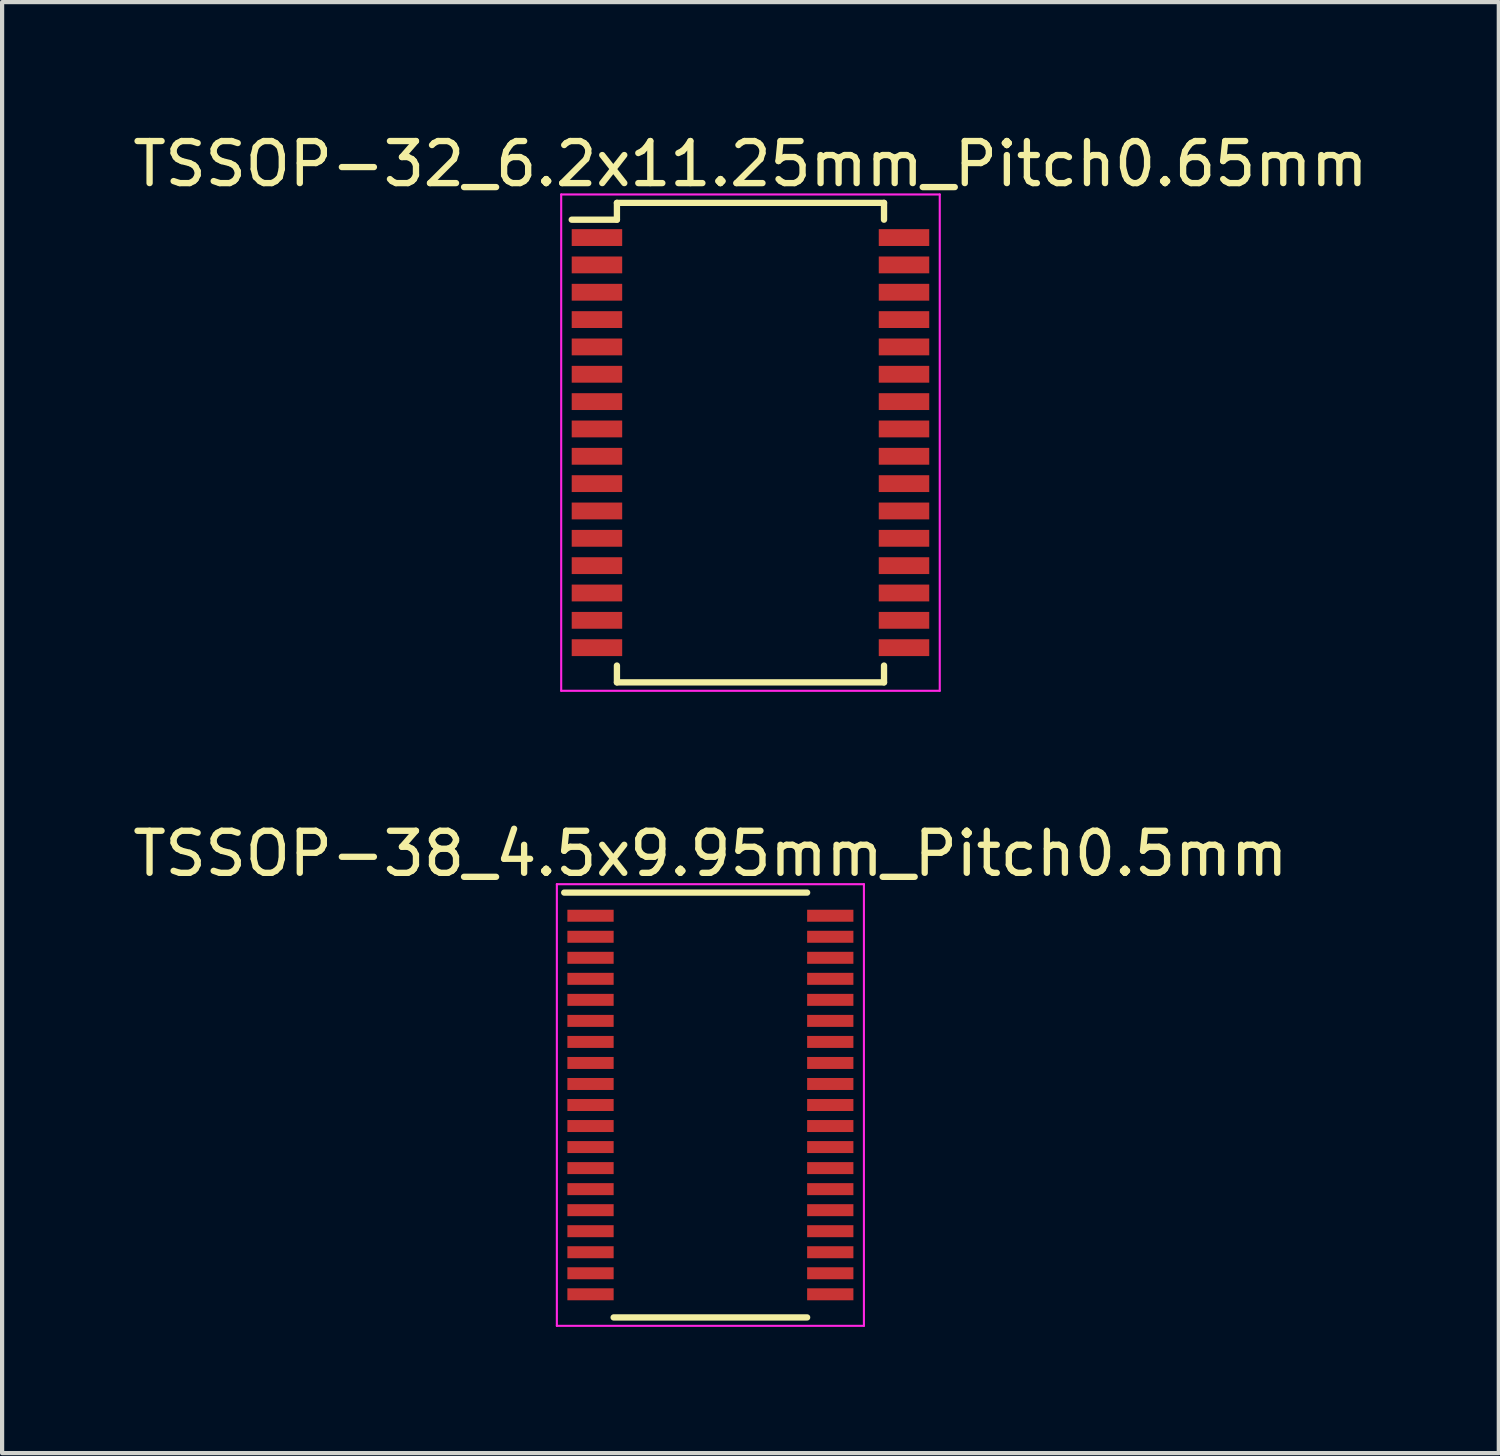
<source format=kicad_pcb>
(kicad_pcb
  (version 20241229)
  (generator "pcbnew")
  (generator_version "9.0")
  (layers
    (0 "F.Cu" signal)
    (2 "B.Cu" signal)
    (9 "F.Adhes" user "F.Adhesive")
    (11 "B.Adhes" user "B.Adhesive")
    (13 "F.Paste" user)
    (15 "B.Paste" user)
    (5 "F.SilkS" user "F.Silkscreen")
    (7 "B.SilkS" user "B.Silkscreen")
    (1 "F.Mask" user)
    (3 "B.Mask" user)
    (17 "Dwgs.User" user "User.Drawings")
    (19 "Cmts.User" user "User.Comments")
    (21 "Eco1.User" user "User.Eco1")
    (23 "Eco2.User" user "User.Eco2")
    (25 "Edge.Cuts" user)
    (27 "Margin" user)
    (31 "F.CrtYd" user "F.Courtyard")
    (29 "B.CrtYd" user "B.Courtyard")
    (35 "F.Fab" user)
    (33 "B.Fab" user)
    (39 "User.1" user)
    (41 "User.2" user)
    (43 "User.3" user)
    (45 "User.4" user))
  (footprint "TSSOP-32_6.2x11.25mm_Pitch0.65mm"
    (layer "F.Cu")
    (at 14.792 7.473)
    (property "Reference" "TSSOP-32_6.2x11.25mm_Pitch0.65mm" (at 0 -6.625 0) (layer "F.SilkS") (effects (font (size 1 1) (thickness 0.15))))
    (attr smd)
    (fp_line (start -3.175 -5.7) (end -3.175 -5.3) (stroke (width 0.15) (type solid)) (layer "F.SilkS"))
    (fp_line (start -3.175 -5.7) (end 3.175 -5.7) (stroke (width 0.15) (type solid)) (layer "F.SilkS"))
    (fp_line (start -3.175 -5.3) (end -4.25 -5.3) (stroke (width 0.15) (type solid)) (layer "F.SilkS"))
    (fp_line (start -3.175 5.7) (end -3.175 5.3) (stroke (width 0.15) (type solid)) (layer "F.SilkS"))
    (fp_line (start -3.175 5.7) (end 3.175 5.7) (stroke (width 0.15) (type solid)) (layer "F.SilkS"))
    (fp_line (start 3.175 -5.7) (end 3.175 -5.3) (stroke (width 0.15) (type solid)) (layer "F.SilkS"))
    (fp_line (start 3.175 5.7) (end 3.175 5.3) (stroke (width 0.15) (type solid)) (layer "F.SilkS"))
    (fp_line (start -4.5 -5.9) (end -4.5 5.9) (stroke (width 0.05) (type solid)) (layer "F.CrtYd"))
    (fp_line (start -4.5 -5.9) (end 4.5 -5.9) (stroke (width 0.05) (type solid)) (layer "F.CrtYd"))
    (fp_line (start -4.5 5.9) (end 4.5 5.9) (stroke (width 0.05) (type solid)) (layer "F.CrtYd"))
    (fp_line (start 4.5 -5.9) (end 4.5 5.9) (stroke (width 0.05) (type solid)) (layer "F.CrtYd"))
    (pad "1" smd rect (at -3.65 -4.875) (size 1.2 0.4) (layers "F.Cu" "F.Mask" "F.Paste"))
    (pad "2" smd rect (at -3.65 -4.225) (size 1.2 0.4) (layers "F.Cu" "F.Mask" "F.Paste"))
    (pad "3" smd rect (at -3.65 -3.575) (size 1.2 0.4) (layers "F.Cu" "F.Mask" "F.Paste"))
    (pad "4" smd rect (at -3.65 -2.925) (size 1.2 0.4) (layers "F.Cu" "F.Mask" "F.Paste"))
    (pad "5" smd rect (at -3.65 -2.275) (size 1.2 0.4) (layers "F.Cu" "F.Mask" "F.Paste"))
    (pad "6" smd rect (at -3.65 -1.625) (size 1.2 0.4) (layers "F.Cu" "F.Mask" "F.Paste"))
    (pad "7" smd rect (at -3.65 -0.975) (size 1.2 0.4) (layers "F.Cu" "F.Mask" "F.Paste"))
    (pad "8" smd rect (at -3.65 -0.325) (size 1.2 0.4) (layers "F.Cu" "F.Mask" "F.Paste"))
    (pad "9" smd rect (at -3.65 0.325) (size 1.2 0.4) (layers "F.Cu" "F.Mask" "F.Paste"))
    (pad "10" smd rect (at -3.65 0.975) (size 1.2 0.4) (layers "F.Cu" "F.Mask" "F.Paste"))
    (pad "11" smd rect (at -3.65 1.625) (size 1.2 0.4) (layers "F.Cu" "F.Mask" "F.Paste"))
    (pad "12" smd rect (at -3.65 2.275) (size 1.2 0.4) (layers "F.Cu" "F.Mask" "F.Paste"))
    (pad "13" smd rect (at -3.65 2.925) (size 1.2 0.4) (layers "F.Cu" "F.Mask" "F.Paste"))
    (pad "14" smd rect (at -3.65 3.575) (size 1.2 0.4) (layers "F.Cu" "F.Mask" "F.Paste"))
    (pad "15" smd rect (at -3.65 4.225) (size 1.2 0.4) (layers "F.Cu" "F.Mask" "F.Paste"))
    (pad "16" smd rect (at -3.65 4.875) (size 1.2 0.4) (layers "F.Cu" "F.Mask" "F.Paste"))
    (pad "17" smd rect (at 3.65 4.875) (size 1.2 0.4) (layers "F.Cu" "F.Mask" "F.Paste"))
    (pad "18" smd rect (at 3.65 4.225) (size 1.2 0.4) (layers "F.Cu" "F.Mask" "F.Paste"))
    (pad "19" smd rect (at 3.65 3.575) (size 1.2 0.4) (layers "F.Cu" "F.Mask" "F.Paste"))
    (pad "20" smd rect (at 3.65 2.925) (size 1.2 0.4) (layers "F.Cu" "F.Mask" "F.Paste"))
    (pad "21" smd rect (at 3.65 2.275) (size 1.2 0.4) (layers "F.Cu" "F.Mask" "F.Paste"))
    (pad "22" smd rect (at 3.65 1.625) (size 1.2 0.4) (layers "F.Cu" "F.Mask" "F.Paste"))
    (pad "23" smd rect (at 3.65 0.975) (size 1.2 0.4) (layers "F.Cu" "F.Mask" "F.Paste"))
    (pad "24" smd rect (at 3.65 0.325) (size 1.2 0.4) (layers "F.Cu" "F.Mask" "F.Paste"))
    (pad "25" smd rect (at 3.65 -0.325) (size 1.2 0.4) (layers "F.Cu" "F.Mask" "F.Paste"))
    (pad "26" smd rect (at 3.65 -0.975) (size 1.2 0.4) (layers "F.Cu" "F.Mask" "F.Paste"))
    (pad "27" smd rect (at 3.65 -1.625) (size 1.2 0.4) (layers "F.Cu" "F.Mask" "F.Paste"))
    (pad "28" smd rect (at 3.65 -2.275) (size 1.2 0.4) (layers "F.Cu" "F.Mask" "F.Paste"))
    (pad "29" smd rect (at 3.65 -2.925) (size 1.2 0.4) (layers "F.Cu" "F.Mask" "F.Paste"))
    (pad "30" smd rect (at 3.65 -3.575) (size 1.2 0.4) (layers "F.Cu" "F.Mask" "F.Paste"))
    (pad "31" smd rect (at 3.65 -4.225) (size 1.2 0.4) (layers "F.Cu" "F.Mask" "F.Paste"))
    (pad "32" smd rect (at 3.65 -4.875) (size 1.2 0.4) (layers "F.Cu" "F.Mask" "F.Paste")))
  (footprint "TSSOP-38_4.5x9.95mm_Pitch0.5mm"
    (layer "F.Cu")
    (at 13.839 23.221)
    (property "Reference" "TSSOP-38_4.5x9.95mm_Pitch0.5mm" (at 0 -5.975 0) (layer "F.SilkS") (effects (font (size 1 1) (thickness 0.15))))
    (attr smd)
    (fp_line (start -3.475 -5.05) (end 2.3 -5.05) (stroke (width 0.15) (type solid)) (layer "F.SilkS"))
    (fp_line (start -2.3 5.05) (end 2.3 5.05) (stroke (width 0.15) (type solid)) (layer "F.SilkS"))
    (fp_line (start -3.65 -5.25) (end -3.65 5.25) (stroke (width 0.05) (type solid)) (layer "F.CrtYd"))
    (fp_line (start -3.65 -5.25) (end 3.65 -5.25) (stroke (width 0.05) (type solid)) (layer "F.CrtYd"))
    (fp_line (start -3.65 5.25) (end 3.65 5.25) (stroke (width 0.05) (type solid)) (layer "F.CrtYd"))
    (fp_line (start 3.65 -5.25) (end 3.65 5.25) (stroke (width 0.05) (type solid)) (layer "F.CrtYd"))
    (pad "1" smd rect (at -2.85 -4.5) (size 1.1 0.285) (layers "F.Cu" "F.Mask" "F.Paste"))
    (pad "2" smd rect (at -2.85 -4) (size 1.1 0.285) (layers "F.Cu" "F.Mask" "F.Paste"))
    (pad "3" smd rect (at -2.85 -3.5) (size 1.1 0.285) (layers "F.Cu" "F.Mask" "F.Paste"))
    (pad "4" smd rect (at -2.85 -3) (size 1.1 0.285) (layers "F.Cu" "F.Mask" "F.Paste"))
    (pad "5" smd rect (at -2.85 -2.5) (size 1.1 0.285) (layers "F.Cu" "F.Mask" "F.Paste"))
    (pad "6" smd rect (at -2.85 -2) (size 1.1 0.285) (layers "F.Cu" "F.Mask" "F.Paste"))
    (pad "7" smd rect (at -2.85 -1.5) (size 1.1 0.285) (layers "F.Cu" "F.Mask" "F.Paste"))
    (pad "8" smd rect (at -2.85 -1) (size 1.1 0.285) (layers "F.Cu" "F.Mask" "F.Paste"))
    (pad "9" smd rect (at -2.85 -0.5) (size 1.1 0.285) (layers "F.Cu" "F.Mask" "F.Paste"))
    (pad "10" smd rect (at -2.85 0) (size 1.1 0.285) (layers "F.Cu" "F.Mask" "F.Paste"))
    (pad "11" smd rect (at -2.85 0.5) (size 1.1 0.285) (layers "F.Cu" "F.Mask" "F.Paste"))
    (pad "12" smd rect (at -2.85 1) (size 1.1 0.285) (layers "F.Cu" "F.Mask" "F.Paste"))
    (pad "13" smd rect (at -2.85 1.5) (size 1.1 0.285) (layers "F.Cu" "F.Mask" "F.Paste"))
    (pad "14" smd rect (at -2.85 2) (size 1.1 0.285) (layers "F.Cu" "F.Mask" "F.Paste"))
    (pad "15" smd rect (at -2.85 2.5) (size 1.1 0.285) (layers "F.Cu" "F.Mask" "F.Paste"))
    (pad "16" smd rect (at -2.85 3) (size 1.1 0.285) (layers "F.Cu" "F.Mask" "F.Paste"))
    (pad "17" smd rect (at -2.85 3.5) (size 1.1 0.285) (layers "F.Cu" "F.Mask" "F.Paste"))
    (pad "18" smd rect (at -2.85 4) (size 1.1 0.285) (layers "F.Cu" "F.Mask" "F.Paste"))
    (pad "19" smd rect (at -2.85 4.5) (size 1.1 0.285) (layers "F.Cu" "F.Mask" "F.Paste"))
    (pad "20" smd rect (at 2.85 4.5) (size 1.1 0.285) (layers "F.Cu" "F.Mask" "F.Paste"))
    (pad "21" smd rect (at 2.85 4) (size 1.1 0.285) (layers "F.Cu" "F.Mask" "F.Paste"))
    (pad "22" smd rect (at 2.85 3.5) (size 1.1 0.285) (layers "F.Cu" "F.Mask" "F.Paste"))
    (pad "23" smd rect (at 2.85 3) (size 1.1 0.285) (layers "F.Cu" "F.Mask" "F.Paste"))
    (pad "24" smd rect (at 2.85 2.5) (size 1.1 0.285) (layers "F.Cu" "F.Mask" "F.Paste"))
    (pad "25" smd rect (at 2.85 2) (size 1.1 0.285) (layers "F.Cu" "F.Mask" "F.Paste"))
    (pad "26" smd rect (at 2.85 1.5) (size 1.1 0.285) (layers "F.Cu" "F.Mask" "F.Paste"))
    (pad "27" smd rect (at 2.85 1) (size 1.1 0.285) (layers "F.Cu" "F.Mask" "F.Paste"))
    (pad "28" smd rect (at 2.85 0.5) (size 1.1 0.285) (layers "F.Cu" "F.Mask" "F.Paste"))
    (pad "29" smd rect (at 2.85 0) (size 1.1 0.285) (layers "F.Cu" "F.Mask" "F.Paste"))
    (pad "30" smd rect (at 2.85 -0.5) (size 1.1 0.285) (layers "F.Cu" "F.Mask" "F.Paste"))
    (pad "31" smd rect (at 2.85 -1) (size 1.1 0.285) (layers "F.Cu" "F.Mask" "F.Paste"))
    (pad "32" smd rect (at 2.85 -1.5) (size 1.1 0.285) (layers "F.Cu" "F.Mask" "F.Paste"))
    (pad "33" smd rect (at 2.85 -2) (size 1.1 0.285) (layers "F.Cu" "F.Mask" "F.Paste"))
    (pad "34" smd rect (at 2.85 -2.5) (size 1.1 0.285) (layers "F.Cu" "F.Mask" "F.Paste"))
    (pad "35" smd rect (at 2.85 -3) (size 1.1 0.285) (layers "F.Cu" "F.Mask" "F.Paste"))
    (pad "36" smd rect (at 2.85 -3.5) (size 1.1 0.285) (layers "F.Cu" "F.Mask" "F.Paste"))
    (pad "37" smd rect (at 2.85 -4) (size 1.1 0.285) (layers "F.Cu" "F.Mask" "F.Paste"))
    (pad "38" smd rect (at 2.85 -4.5) (size 1.1 0.285) (layers "F.Cu" "F.Mask" "F.Paste")))
  (gr_rect
    (start -3 -3)
    (end 32.583 31.497)
    (stroke (width 0.1) (type default))
    (fill no)
    (layer "Edge.Cuts")))
</source>
